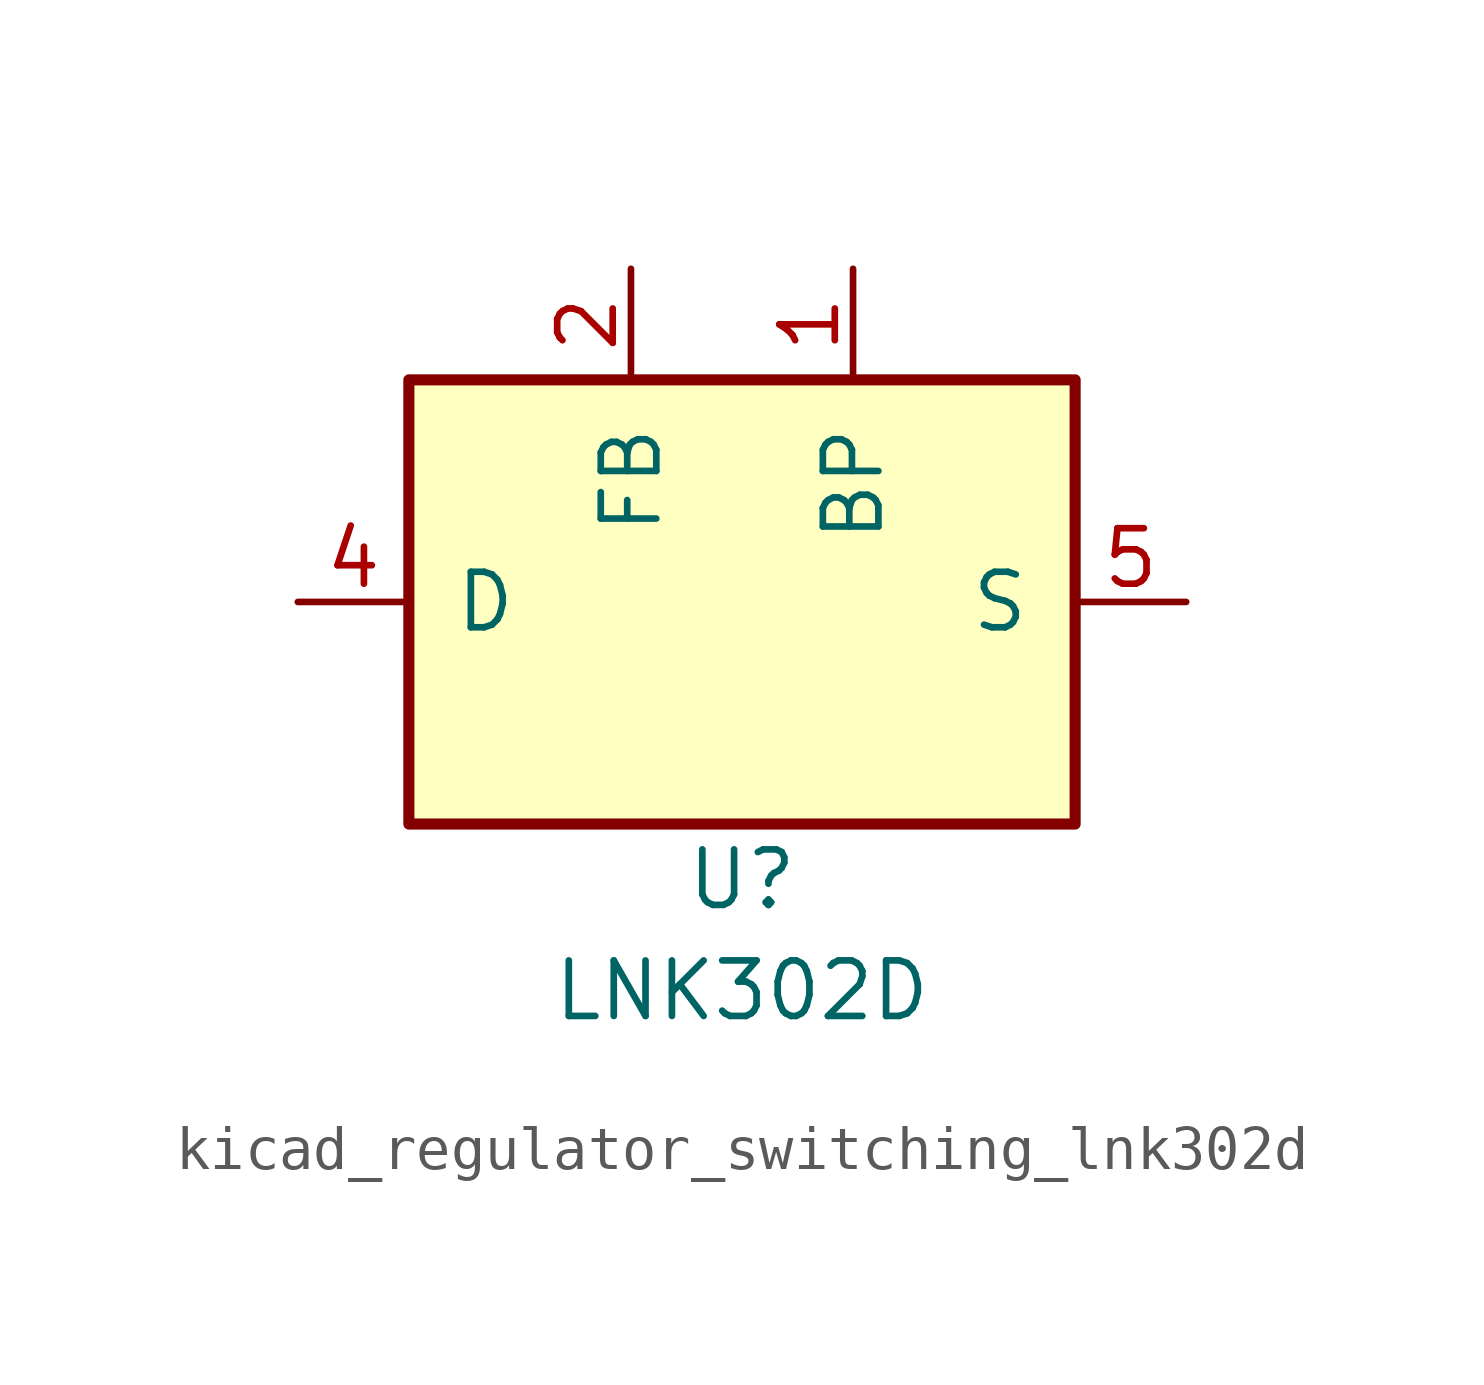
<source format=kicad_sym>
(kicad_symbol_lib
  (version 20220914)
  (generator kicad_symbol_editor)
  (symbol "kicad_regulator_switching_lnk302d"
    (pin_names
      (offset 1.016))
    (property "Reference" "U"
      (at 0 -6.35 0)
      (effects (font (size 1.27 1.27))))
    (property "Value" "LNK302D"
      (at 0 -8.89 0)
      (effects (font (size 1.27 1.27))))
    (symbol "kicad_regulator_switching_lnk302d_0_1"
      (rectangle (start -7.62 5.08) (end 7.62 -5.08) (stroke (width 0.254) (type default)) (fill (type background))))
    (symbol "kicad_regulator_switching_lnk302d_1_1"
      (pin input line (at 2.54 7.62 270) (length 2.54) (name "BP" (effects (font (size 1.27 1.27)))) (number "1" (effects (font (size 1.27 1.27)))))
      (pin input line (at -2.54 7.62 270) (length 2.54) (name "FB" (effects (font (size 1.27 1.27)))) (number "2" (effects (font (size 1.27 1.27)))))
      (pin open_collector line (at -10.16 0 0) (length 2.54) (name "D" (effects (font (size 1.27 1.27)))) (number "4" (effects (font (size 1.27 1.27)))))
      (pin power_in line (at 10.16 0 180) (length 2.54) (name "S" (effects (font (size 1.27 1.27)))) (number "5" (effects (font (size 1.27 1.27)))))
      (pin passive line (at 10.16 0 180) (length 2.54) hide (name "S" (effects (font (size 1.27 1.27)))) (number "6" (effects (font (size 1.27 1.27)))))
      (pin passive line (at 10.16 0 180) (length 2.54) hide (name "S" (effects (font (size 1.27 1.27)))) (number "7" (effects (font (size 1.27 1.27)))))
      (pin passive line (at 10.16 0 180) (length 2.54) hide (name "S" (effects (font (size 1.27 1.27)))) (number "8" (effects (font (size 1.27 1.27))))))))
</source>
